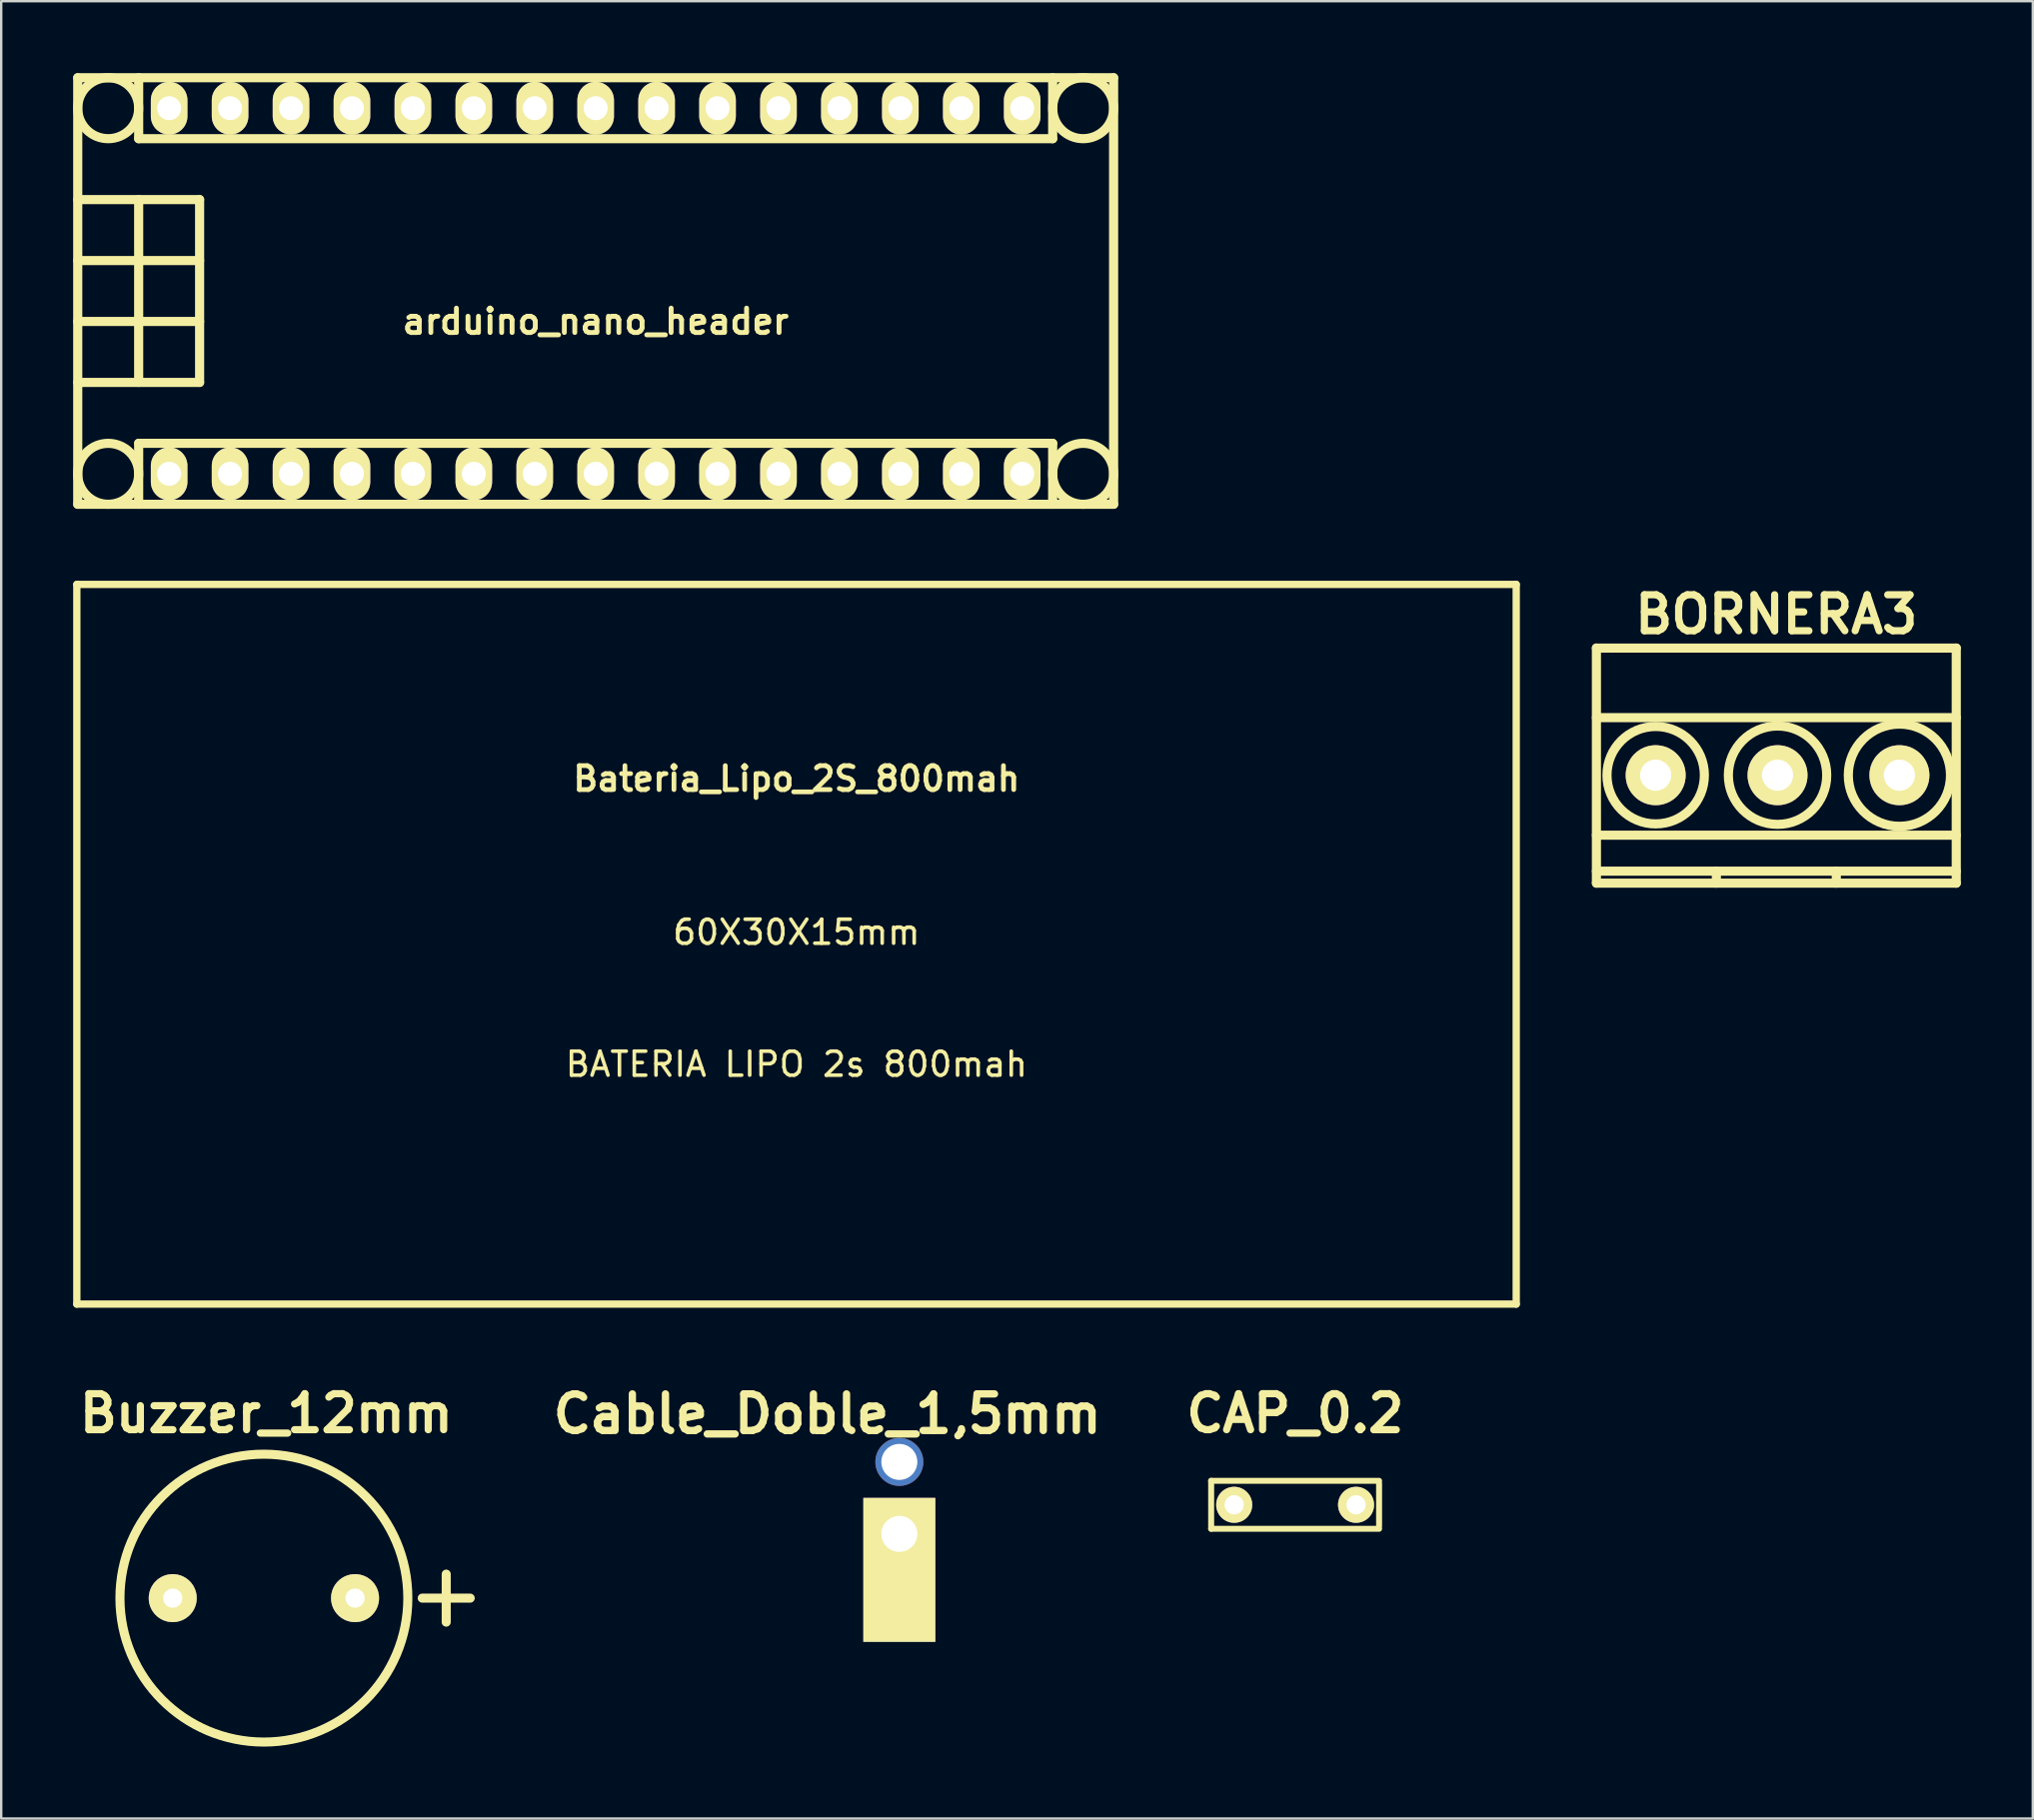
<source format=kicad_pcb>
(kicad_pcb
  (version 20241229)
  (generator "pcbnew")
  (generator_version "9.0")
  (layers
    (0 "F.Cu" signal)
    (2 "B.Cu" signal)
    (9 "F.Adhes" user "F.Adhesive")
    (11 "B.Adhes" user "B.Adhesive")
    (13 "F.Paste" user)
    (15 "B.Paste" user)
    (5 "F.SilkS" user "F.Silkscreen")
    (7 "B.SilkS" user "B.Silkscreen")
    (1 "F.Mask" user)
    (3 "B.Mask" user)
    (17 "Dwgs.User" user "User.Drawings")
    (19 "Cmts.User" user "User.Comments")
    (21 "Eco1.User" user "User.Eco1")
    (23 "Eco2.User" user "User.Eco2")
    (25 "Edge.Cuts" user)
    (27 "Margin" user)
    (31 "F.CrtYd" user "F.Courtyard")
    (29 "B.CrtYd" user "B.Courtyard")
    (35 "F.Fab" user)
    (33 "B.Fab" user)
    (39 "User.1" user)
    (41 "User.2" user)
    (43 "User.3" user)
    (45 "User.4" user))
  (footprint "BORNERA3"
    (layer "F.Cu")
    (at 71.045 29.265)
    (property "Reference" "BORNERA3" (at -0.05 -6.7 0) (layer "F.SilkS") (effects (font (size 1.5 1.5) (thickness 0.3))))
    (attr through_hole)
    (fp_line (start -7.55 -5.3) (end -7.55 4.5) (stroke (width 0.381) (type solid)) (layer "F.SilkS"))
    (fp_line (start -7.55 -2.4) (end 7.45 -2.4) (stroke (width 0.381) (type solid)) (layer "F.SilkS"))
    (fp_line (start -7.55 2.5) (end 7.45 2.5) (stroke (width 0.381) (type solid)) (layer "F.SilkS"))
    (fp_line (start -7.55 4) (end 7.45 4) (stroke (width 0.381) (type solid)) (layer "F.SilkS"))
    (fp_line (start -7.55 4.5) (end 7.45 4.5) (stroke (width 0.381) (type solid)) (layer "F.SilkS"))
    (fp_line (start -2.55 4) (end -2.55 4.5) (stroke (width 0.381) (type solid)) (layer "F.SilkS"))
    (fp_line (start 2.45 4) (end 2.45 4.5) (stroke (width 0.381) (type solid)) (layer "F.SilkS"))
    (fp_line (start 7.45 -5.3) (end -7.55 -5.3) (stroke (width 0.381) (type solid)) (layer "F.SilkS"))
    (fp_line (start 7.45 4.5) (end 7.45 -5.3) (stroke (width 0.381) (type solid)) (layer "F.SilkS"))
    (fp_circle (center -5.08 0) (end -3.05 0) (stroke (width 0.381) (type solid)) (fill no) (layer "F.SilkS"))
    (fp_circle (center 0 0) (end -2.05 0) (stroke (width 0.381) (type solid)) (fill no) (layer "F.SilkS"))
    (fp_circle (center 5.08 0) (end 2.95 0) (stroke (width 0.381) (type solid)) (fill no) (layer "F.SilkS"))
    (pad "1" thru_hole circle (at -5.08 0) (size 2.5 2.5) (drill 1.3) (layers "*.Cu" "*.Mask" "F.SilkS"))
    (pad "2" thru_hole circle (at 0 0) (size 2.5 2.5) (drill 1.3) (layers "*.Cu" "*.Mask" "F.SilkS"))
    (pad "3" thru_hole circle (at 5.08 0) (size 2.5 2.5) (drill 1.3) (layers "*.Cu" "*.Mask" "F.SilkS")))
  (footprint "Bateria_Lipo_2S_800mah"
    (layer "F.Cu")
    (at 30.152 36.313)
    (property "Reference" "Bateria_Lipo_2S_800mah" (at 0 -6.9 0) (layer "F.SilkS") (effects (font (size 0.998 0.998) (thickness 0.198))))
    (attr through_hole)
    (fp_line (start -30 -15) (end -30 15) (stroke (width 0.305) (type solid)) (layer "F.SilkS"))
    (fp_line (start -30 15) (end 30 15) (stroke (width 0.305) (type solid)) (layer "F.SilkS"))
    (fp_line (start 30 -15) (end -30 -15) (stroke (width 0.305) (type solid)) (layer "F.SilkS"))
    (fp_line (start 30 15) (end 30 -15) (stroke (width 0.305) (type solid)) (layer "F.SilkS"))
    (fp_text user "BATERIA LIPO 2s 800mah" (at 0 5 0) (layer "F.SilkS") (effects (font (size 1 1) (thickness 0.15))))
    (fp_text user "60X30X15mm" (at 0 -0.5 0) (layer "F.SilkS") (effects (font (size 1 1) (thickness 0.15)))))
  (footprint "arduino_nano_header"
    (layer "F.Cu")
    (at 21.78 9.081)
    (property "Reference" "arduino_nano_header" (at 0 1.27 0) (layer "F.SilkS") (effects (font (size 1.016 1.016) (thickness 0.203))))
    (attr through_hole)
    (fp_line (start -21.59 -3.81) (end -16.51 -3.81) (stroke (width 0.381) (type solid)) (layer "F.SilkS"))
    (fp_line (start -21.59 8.89) (end -21.59 -8.89) (stroke (width 0.381) (type solid)) (layer "F.SilkS"))
    (fp_line (start -21.59 8.89) (end 21.59 8.89) (stroke (width 0.381) (type solid)) (layer "F.SilkS"))
    (fp_line (start -19.05 -8.89) (end -19.05 -6.35) (stroke (width 0.381) (type solid)) (layer "F.SilkS"))
    (fp_line (start -19.05 -3.81) (end -19.05 3.81) (stroke (width 0.381) (type solid)) (layer "F.SilkS"))
    (fp_line (start -19.05 6.35) (end 19.05 6.35) (stroke (width 0.381) (type solid)) (layer "F.SilkS"))
    (fp_line (start -19.05 8.89) (end -19.05 6.35) (stroke (width 0.381) (type solid)) (layer "F.SilkS"))
    (fp_line (start -16.51 -3.81) (end -16.51 3.81) (stroke (width 0.381) (type solid)) (layer "F.SilkS"))
    (fp_line (start -16.51 -1.27) (end -21.59 -1.27) (stroke (width 0.381) (type solid)) (layer "F.SilkS"))
    (fp_line (start -16.51 1.27) (end -21.59 1.27) (stroke (width 0.381) (type solid)) (layer "F.SilkS"))
    (fp_line (start -16.51 3.81) (end -21.59 3.81) (stroke (width 0.381) (type solid)) (layer "F.SilkS"))
    (fp_line (start 19.05 -6.35) (end -19.05 -6.35) (stroke (width 0.381) (type solid)) (layer "F.SilkS"))
    (fp_line (start 19.05 -6.35) (end 19.05 -8.89) (stroke (width 0.381) (type solid)) (layer "F.SilkS"))
    (fp_line (start 19.05 8.89) (end 19.05 6.35) (stroke (width 0.381) (type solid)) (layer "F.SilkS"))
    (fp_line (start 21.59 -8.89) (end -21.59 -8.89) (stroke (width 0.381) (type solid)) (layer "F.SilkS"))
    (fp_line (start 21.59 8.89) (end 21.59 -8.89) (stroke (width 0.381) (type solid)) (layer "F.SilkS"))
    (fp_circle (center -20.32 -7.62) (end -21.59 -7.62) (stroke (width 0.381) (type solid)) (fill no) (layer "F.SilkS"))
    (fp_circle (center -20.32 7.62) (end -21.59 7.62) (stroke (width 0.381) (type solid)) (fill no) (layer "F.SilkS"))
    (fp_circle (center 20.32 -7.62) (end 21.59 -7.62) (stroke (width 0.381) (type solid)) (fill no) (layer "F.SilkS"))
    (fp_circle (center 20.32 7.62) (end 21.59 7.62) (stroke (width 0.381) (type solid)) (fill no) (layer "F.SilkS"))
    (pad "1" thru_hole oval (at -17.78 7.62) (size 1.524 2.2) (drill 1.001) (layers "*.Cu" "*.Mask" "F.SilkS"))
    (pad "2" thru_hole oval (at -15.24 7.62) (size 1.524 2.2) (drill 1.001) (layers "*.Cu" "*.Mask" "F.SilkS"))
    (pad "3" thru_hole oval (at -12.7 7.62) (size 1.524 2.2) (drill 1.001) (layers "*.Cu" "*.Mask" "F.SilkS"))
    (pad "4" thru_hole oval (at -10.16 7.62) (size 1.524 2.2) (drill 1.001) (layers "*.Cu" "*.Mask" "F.SilkS"))
    (pad "5" thru_hole oval (at -7.62 7.62) (size 1.524 2.2) (drill 1.001) (layers "*.Cu" "*.Mask" "F.SilkS"))
    (pad "6" thru_hole oval (at -5.08 7.62) (size 1.524 2.2) (drill 1.001) (layers "*.Cu" "*.Mask" "F.SilkS"))
    (pad "7" thru_hole oval (at -2.54 7.62) (size 1.524 2.2) (drill 1.001) (layers "*.Cu" "*.Mask" "F.SilkS"))
    (pad "8" thru_hole oval (at 0 7.62) (size 1.524 2.2) (drill 1.001) (layers "*.Cu" "*.Mask" "F.SilkS"))
    (pad "9" thru_hole oval (at 2.54 7.62) (size 1.524 2.2) (drill 1.001) (layers "*.Cu" "*.Mask" "F.SilkS"))
    (pad "10" thru_hole oval (at 5.08 7.62) (size 1.524 2.2) (drill 1.001) (layers "*.Cu" "*.Mask" "F.SilkS"))
    (pad "11" thru_hole oval (at 7.62 7.62) (size 1.524 2.2) (drill 1.001) (layers "*.Cu" "*.Mask" "F.SilkS"))
    (pad "12" thru_hole oval (at 10.16 7.62) (size 1.524 2.2) (drill 1.001) (layers "*.Cu" "*.Mask" "F.SilkS"))
    (pad "13" thru_hole oval (at 12.7 7.62) (size 1.524 2.2) (drill 1.001) (layers "*.Cu" "*.Mask" "F.SilkS"))
    (pad "14" thru_hole oval (at 15.24 7.62) (size 1.524 2.2) (drill 1.001) (layers "*.Cu" "*.Mask" "F.SilkS"))
    (pad "15" thru_hole oval (at 17.78 7.62) (size 1.524 2.2) (drill 1.001) (layers "*.Cu" "*.Mask" "F.SilkS"))
    (pad "16" thru_hole oval (at 17.78 -7.62) (size 1.524 2.2) (drill 1.001) (layers "*.Cu" "*.Mask" "F.SilkS"))
    (pad "17" thru_hole oval (at 15.24 -7.62) (size 1.524 2.2) (drill 1.001) (layers "*.Cu" "*.Mask" "F.SilkS"))
    (pad "18" thru_hole oval (at 12.7 -7.62) (size 1.524 2.2) (drill 1.001) (layers "*.Cu" "*.Mask" "F.SilkS"))
    (pad "19" thru_hole oval (at 10.16 -7.62) (size 1.524 2.2) (drill 1.001) (layers "*.Cu" "*.Mask" "F.SilkS"))
    (pad "20" thru_hole oval (at 7.62 -7.62) (size 1.524 2.197) (drill 1.001) (layers "*.Cu" "*.Mask" "F.SilkS"))
    (pad "21" thru_hole oval (at 5.08 -7.62) (size 1.524 2.197) (drill 1.001) (layers "*.Cu" "*.Mask" "F.SilkS"))
    (pad "22" thru_hole oval (at 2.54 -7.62) (size 1.524 2.197) (drill 1.001) (layers "*.Cu" "*.Mask" "F.SilkS"))
    (pad "23" thru_hole oval (at 0 -7.62) (size 1.524 2.197) (drill 1.001) (layers "*.Cu" "*.Mask" "F.SilkS"))
    (pad "24" thru_hole oval (at -2.54 -7.62) (size 1.524 2.197) (drill 0.998) (layers "*.Cu" "*.Mask" "F.SilkS"))
    (pad "25" thru_hole oval (at -5.08 -7.62) (size 1.524 2.197) (drill 0.998) (layers "*.Cu" "*.Mask" "F.SilkS"))
    (pad "26" thru_hole oval (at -7.62 -7.62) (size 1.524 2.197) (drill 0.998) (layers "*.Cu" "*.Mask" "F.SilkS"))
    (pad "27" thru_hole oval (at -10.16 -7.62) (size 1.524 2.197) (drill 0.998) (layers "*.Cu" "*.Mask" "F.SilkS"))
    (pad "28" thru_hole oval (at -12.7 -7.62) (size 1.524 2.197) (drill 0.998) (layers "*.Cu" "*.Mask" "F.SilkS"))
    (pad "29" thru_hole oval (at -15.24 -7.62) (size 1.524 2.197) (drill 0.998) (layers "*.Cu" "*.Mask" "F.SilkS"))
    (pad "30" thru_hole oval (at -17.78 -7.62) (size 1.524 2.197) (drill 0.998) (layers "*.Cu" "*.Mask" "F.SilkS")))
  (footprint "Buzzer_12mm"
    (layer "F.Cu")
    (at 7.95 63.57)
    (property "Reference" "Buzzer_12mm" (at 0.1 -7.7 0) (layer "F.SilkS") (effects (font (size 1.5 1.5) (thickness 0.3))))
    (attr through_hole)
    (fp_line (start 6.6 0) (end 8.6 0) (stroke (width 0.378) (type solid)) (layer "F.SilkS"))
    (fp_line (start 7.6 1) (end 7.6 -1) (stroke (width 0.378) (type solid)) (layer "F.SilkS"))
    (fp_circle (center 0 0) (end -6 0) (stroke (width 0.378) (type solid)) (fill no) (layer "F.SilkS"))
    (pad "1" thru_hole circle (at 3.8 0) (size 2 2) (drill 0.8) (layers "*.Cu" "*.Mask" "F.SilkS"))
    (pad "2" thru_hole circle (at -3.8 0) (size 2 2) (drill 0.8) (layers "*.Cu" "*.Mask" "F.SilkS")))
  (footprint "CAP_0.2"
    (layer "F.Cu")
    (at 50.936 59.68)
    (property "Reference" "CAP_0.2" (at 0 -3.81 0) (layer "F.SilkS") (effects (font (size 1.5 1.5) (thickness 0.3))))
    (attr through_hole)
    (fp_line (start -3.5 -1) (end -3.5 1) (stroke (width 0.249) (type solid)) (layer "F.SilkS"))
    (fp_line (start -3.5 1) (end 3.5 1) (stroke (width 0.249) (type solid)) (layer "F.SilkS"))
    (fp_line (start 3.5 -1) (end -3.5 -1) (stroke (width 0.249) (type solid)) (layer "F.SilkS"))
    (fp_line (start 3.5 0.889) (end 3.5 -0.889) (stroke (width 0.249) (type solid)) (layer "F.SilkS"))
    (pad "1" thru_hole circle (at -2.54 0) (size 1.501 1.501) (drill 0.8) (layers "*.Cu" "*.Mask" "F.SilkS"))
    (pad "2" thru_hole circle (at 2.54 0) (size 1.501 1.501) (drill 0.8) (layers "*.Cu" "*.Mask" "F.SilkS")))
  (footprint "Cable_Doble_1,5mm"
    (layer "F.Cu")
    (at 34.438 60.892)
    (property "Reference" "Cable_Doble_1,5mm" (at -3 -5 0) (layer "F.SilkS") (effects (font (size 1.524 1.524) (thickness 0.305))))
    (attr through_hole)
    (pad "1" thru_hole circle (at 0 -3) (size 2 2) (drill 1.5) (layers "*.Cu" "*.Mask"))
    (pad "1" thru_hole circle (at 0 0) (size 1.524 1.524) (drill 0.762) (layers "*.Cu" "*.Mask"))
    (pad "1" thru_hole rect (at 0 0) (size 3 6) (drill 1.5 (offset 0 1.5)) (layers "*.Cu" "F.SilkS")))
  (gr_rect
    (start -3 -3)
    (end 81.686 72.759)
    (stroke (width 0.1) (type default))
    (fill no)
    (layer "Edge.Cuts")))
</source>
